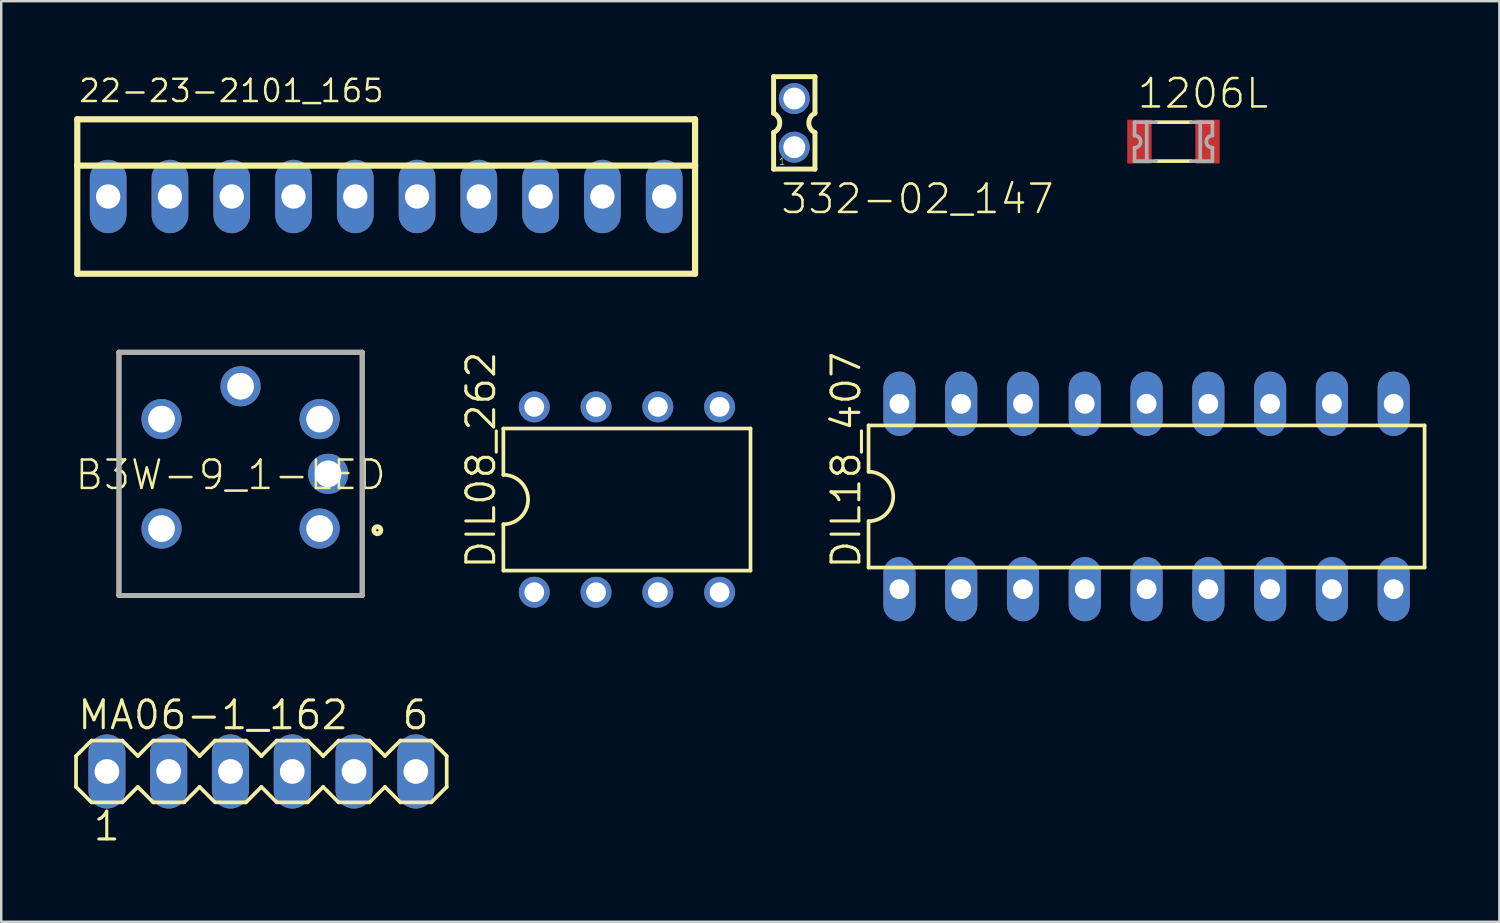
<source format=kicad_pcb>
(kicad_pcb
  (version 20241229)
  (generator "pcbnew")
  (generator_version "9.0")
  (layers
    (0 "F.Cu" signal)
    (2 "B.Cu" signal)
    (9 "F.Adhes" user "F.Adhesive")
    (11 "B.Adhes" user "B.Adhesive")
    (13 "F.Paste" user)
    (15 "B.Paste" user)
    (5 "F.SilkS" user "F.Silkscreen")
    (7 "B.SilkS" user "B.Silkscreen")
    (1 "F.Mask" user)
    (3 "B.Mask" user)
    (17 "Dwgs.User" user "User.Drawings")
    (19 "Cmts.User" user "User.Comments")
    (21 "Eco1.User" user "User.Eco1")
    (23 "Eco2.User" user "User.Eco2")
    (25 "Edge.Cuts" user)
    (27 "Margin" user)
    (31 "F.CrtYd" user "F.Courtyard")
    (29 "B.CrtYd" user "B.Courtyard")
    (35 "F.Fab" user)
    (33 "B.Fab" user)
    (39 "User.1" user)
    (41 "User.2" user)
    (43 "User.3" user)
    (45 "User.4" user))
  (footprint "1206L"
    (layer "F.Cu")
    (at 45.196 2.773)
    (property "Reference" "1206L" (at -1.55 -1.3 0) (unlocked yes) (layer "F.SilkS") (effects (font (size 1.168 1.168) (thickness 0.102)) (justify left bottom)))
    (fp_line (start -0.72 -0.8) (end 0.72 -0.8) (stroke (width 0.152) (type solid)) (layer "F.SilkS"))
    (fp_line (start -0.72 0.8) (end 0.72 0.8) (stroke (width 0.152) (type solid)) (layer "F.SilkS"))
    (fp_line (start -1.6 -0.8) (end -1.6 -0.25) (stroke (width 0.152) (type solid)) (layer "F.Fab"))
    (fp_line (start -1.6 -0.8) (end -1.1 -0.8) (stroke (width 0.152) (type solid)) (layer "F.Fab"))
    (fp_line (start -1.6 0.25) (end -1.6 0.8) (stroke (width 0.152) (type solid)) (layer "F.Fab"))
    (fp_line (start -1.6 0.8) (end -1.1 0.8) (stroke (width 0.152) (type solid)) (layer "F.Fab"))
    (fp_line (start -1.1 -0.8) (end -1.1 0.8) (stroke (width 0.152) (type solid)) (layer "F.Fab"))
    (fp_line (start -1.1 -0.8) (end -0.72 -0.8) (stroke (width 0.152) (type solid)) (layer "F.Fab"))
    (fp_line (start -1.1 0.8) (end -0.72 0.8) (stroke (width 0.152) (type solid)) (layer "F.Fab"))
    (fp_line (start 1.1 -0.8) (end 0.72 -0.8) (stroke (width 0.152) (type solid)) (layer "F.Fab"))
    (fp_line (start 1.1 -0.8) (end 1.1 0.8) (stroke (width 0.152) (type solid)) (layer "F.Fab"))
    (fp_line (start 1.1 0.8) (end 0.72 0.8) (stroke (width 0.152) (type solid)) (layer "F.Fab"))
    (fp_line (start 1.6 -0.8) (end 1.1 -0.8) (stroke (width 0.152) (type solid)) (layer "F.Fab"))
    (fp_line (start 1.6 -0.8) (end 1.6 -0.25) (stroke (width 0.152) (type solid)) (layer "F.Fab"))
    (fp_line (start 1.6 0.25) (end 1.6 0.8) (stroke (width 0.152) (type solid)) (layer "F.Fab"))
    (fp_line (start 1.6 0.8) (end 1.1 0.8) (stroke (width 0.152) (type solid)) (layer "F.Fab"))
    (fp_arc (start -1.6 -0.25) (mid -1.35 0) (end -1.6 0.25) (stroke (width 0.1524) (type solid)) (layer "F.Fab"))
    (fp_arc (start 1.6 0.25) (mid 1.35 0) (end 1.6 -0.25) (stroke (width 0.1524) (type solid)) (layer "F.Fab"))
    (pad "1" smd rect (at -1.4 0) (size 1 1.8) (layers "F.Cu" "F.Mask" "F.Paste"))
    (pad "2" smd rect (at 1.4 0) (size 1 1.8) (layers "F.Cu" "F.Mask" "F.Paste")))
  (footprint "B3W-9_1-LED"
    (layer "F.Cu")
    (at 6.841 16.431)
    (property "Reference" "B3W-9_1-LED" (at -0.407 0.043 0) (unlocked yes) (layer "F.SilkS") (effects (font (size 1.168 1.168) (thickness 0.102))))
    (fp_line (start -5 -5) (end -5 5) (stroke (width 0.2) (type solid)) (layer "F.SilkS"))
    (fp_line (start -5 5) (end 5 5) (stroke (width 0.2) (type solid)) (layer "F.SilkS"))
    (fp_line (start 5 -5) (end -5 -5) (stroke (width 0.2) (type solid)) (layer "F.SilkS"))
    (fp_line (start 5 5) (end 5 -5) (stroke (width 0.2) (type solid)) (layer "F.SilkS"))
    (fp_circle (center 5.623 2.318) (end 5.668 2.318) (stroke (width 0.2) (type solid)) (fill no) (layer "F.SilkS"))
    (fp_line (start -5 -5) (end 5 -5) (stroke (width 0.2) (type solid)) (layer "F.Fab"))
    (fp_line (start -5 5) (end -5 -5) (stroke (width 0.2) (type solid)) (layer "F.Fab"))
    (fp_line (start 5 -5) (end 5 5) (stroke (width 0.2) (type solid)) (layer "F.Fab"))
    (fp_line (start 5 5) (end -5 5) (stroke (width 0.2) (type solid)) (layer "F.Fab"))
    (pad "1" thru_hole circle (at 3.25 2.25) (size 1.65 1.65) (drill 1.1) (layers "*.Cu" "*.Mask"))
    (pad "2" thru_hole circle (at -3.25 2.25) (size 1.65 1.65) (drill 1.1) (layers "*.Cu" "*.Mask"))
    (pad "3" thru_hole circle (at 3.25 -2.25) (size 1.65 1.65) (drill 1.1) (layers "*.Cu" "*.Mask"))
    (pad "4" thru_hole circle (at -3.25 -2.25) (size 1.65 1.65) (drill 1.1) (layers "*.Cu" "*.Mask"))
    (pad "5" thru_hole circle (at 0 -3.6) (size 1.65 1.65) (drill 1.1) (layers "*.Cu" "*.Mask"))
    (pad "6" thru_hole circle (at 3.6 0) (size 1.65 1.65) (drill 1.1) (layers "*.Cu" "*.Mask")))
  (footprint "MA06-1_162"
    (layer "F.Cu")
    (at 7.696 28.668)
    (property "Reference" "MA06-1_162" (at -7.62 -1.651 0) (unlocked yes) (layer "F.SilkS") (effects (font (size 1.143 1.143) (thickness 0.127)) (justify left bottom)))
    (fp_line (start -7.62 -0.635) (end -7.62 0.635) (stroke (width 0.152) (type solid)) (layer "F.SilkS"))
    (fp_line (start -7.62 0.635) (end -6.985 1.27) (stroke (width 0.152) (type solid)) (layer "F.SilkS"))
    (fp_line (start -6.985 -1.27) (end -7.62 -0.635) (stroke (width 0.152) (type solid)) (layer "F.SilkS"))
    (fp_line (start -6.985 -1.27) (end -5.715 -1.27) (stroke (width 0.152) (type solid)) (layer "F.SilkS"))
    (fp_line (start -5.715 -1.27) (end -5.08 -0.635) (stroke (width 0.152) (type solid)) (layer "F.SilkS"))
    (fp_line (start -5.715 1.27) (end -6.985 1.27) (stroke (width 0.152) (type solid)) (layer "F.SilkS"))
    (fp_line (start -5.08 -0.635) (end -4.445 -1.27) (stroke (width 0.152) (type solid)) (layer "F.SilkS"))
    (fp_line (start -5.08 0.635) (end -5.715 1.27) (stroke (width 0.152) (type solid)) (layer "F.SilkS"))
    (fp_line (start -4.445 -1.27) (end -3.175 -1.27) (stroke (width 0.152) (type solid)) (layer "F.SilkS"))
    (fp_line (start -4.445 1.27) (end -5.08 0.635) (stroke (width 0.152) (type solid)) (layer "F.SilkS"))
    (fp_line (start -3.175 -1.27) (end -2.54 -0.635) (stroke (width 0.152) (type solid)) (layer "F.SilkS"))
    (fp_line (start -3.175 1.27) (end -4.445 1.27) (stroke (width 0.152) (type solid)) (layer "F.SilkS"))
    (fp_line (start -2.54 -0.635) (end -1.905 -1.27) (stroke (width 0.152) (type solid)) (layer "F.SilkS"))
    (fp_line (start -2.54 0.635) (end -3.175 1.27) (stroke (width 0.152) (type solid)) (layer "F.SilkS"))
    (fp_line (start -1.905 -1.27) (end -0.635 -1.27) (stroke (width 0.152) (type solid)) (layer "F.SilkS"))
    (fp_line (start -1.905 1.27) (end -2.54 0.635) (stroke (width 0.152) (type solid)) (layer "F.SilkS"))
    (fp_line (start -0.635 -1.27) (end 0 -0.635) (stroke (width 0.152) (type solid)) (layer "F.SilkS"))
    (fp_line (start -0.635 1.27) (end -1.905 1.27) (stroke (width 0.152) (type solid)) (layer "F.SilkS"))
    (fp_line (start 0 0.635) (end -0.635 1.27) (stroke (width 0.152) (type solid)) (layer "F.SilkS"))
    (fp_line (start 0 0.635) (end 0.635 1.27) (stroke (width 0.152) (type solid)) (layer "F.SilkS"))
    (fp_line (start 0.635 -1.27) (end 0 -0.635) (stroke (width 0.152) (type solid)) (layer "F.SilkS"))
    (fp_line (start 0.635 -1.27) (end 1.905 -1.27) (stroke (width 0.152) (type solid)) (layer "F.SilkS"))
    (fp_line (start 1.905 -1.27) (end 2.54 -0.635) (stroke (width 0.152) (type solid)) (layer "F.SilkS"))
    (fp_line (start 1.905 1.27) (end 0.635 1.27) (stroke (width 0.152) (type solid)) (layer "F.SilkS"))
    (fp_line (start 2.54 -0.635) (end 3.175 -1.27) (stroke (width 0.152) (type solid)) (layer "F.SilkS"))
    (fp_line (start 2.54 0.635) (end 1.905 1.27) (stroke (width 0.152) (type solid)) (layer "F.SilkS"))
    (fp_line (start 3.175 -1.27) (end 4.445 -1.27) (stroke (width 0.152) (type solid)) (layer "F.SilkS"))
    (fp_line (start 3.175 1.27) (end 2.54 0.635) (stroke (width 0.152) (type solid)) (layer "F.SilkS"))
    (fp_line (start 4.445 -1.27) (end 5.08 -0.635) (stroke (width 0.152) (type solid)) (layer "F.SilkS"))
    (fp_line (start 4.445 1.27) (end 3.175 1.27) (stroke (width 0.152) (type solid)) (layer "F.SilkS"))
    (fp_line (start 5.08 -0.635) (end 5.715 -1.27) (stroke (width 0.152) (type solid)) (layer "F.SilkS"))
    (fp_line (start 5.08 0.635) (end 4.445 1.27) (stroke (width 0.152) (type solid)) (layer "F.SilkS"))
    (fp_line (start 5.715 -1.27) (end 6.985 -1.27) (stroke (width 0.152) (type solid)) (layer "F.SilkS"))
    (fp_line (start 5.715 1.27) (end 5.08 0.635) (stroke (width 0.152) (type solid)) (layer "F.SilkS"))
    (fp_line (start 6.985 -1.27) (end 7.62 -0.635) (stroke (width 0.152) (type solid)) (layer "F.SilkS"))
    (fp_line (start 6.985 1.27) (end 5.715 1.27) (stroke (width 0.152) (type solid)) (layer "F.SilkS"))
    (fp_line (start 7.62 -0.635) (end 7.62 0.635) (stroke (width 0.152) (type solid)) (layer "F.SilkS"))
    (fp_line (start 7.62 0.635) (end 6.985 1.27) (stroke (width 0.152) (type solid)) (layer "F.SilkS"))
    (fp_poly (pts (xy -6.604 0.254) (xy -6.096 0.254) (xy -6.096 -0.254) (xy -6.604 -0.254)) (stroke (width 0.1) (type default)) (fill no) (layer "F.Fab"))
    (fp_poly (pts (xy -4.064 0.254) (xy -3.556 0.254) (xy -3.556 -0.254) (xy -4.064 -0.254)) (stroke (width 0.1) (type default)) (fill no) (layer "F.Fab"))
    (fp_poly (pts (xy -1.524 0.254) (xy -1.016 0.254) (xy -1.016 -0.254) (xy -1.524 -0.254)) (stroke (width 0.1) (type default)) (fill no) (layer "F.Fab"))
    (fp_poly (pts (xy 1.016 0.254) (xy 1.524 0.254) (xy 1.524 -0.254) (xy 1.016 -0.254)) (stroke (width 0.1) (type default)) (fill no) (layer "F.Fab"))
    (fp_poly (pts (xy 3.556 0.254) (xy 4.064 0.254) (xy 4.064 -0.254) (xy 3.556 -0.254)) (stroke (width 0.1) (type default)) (fill no) (layer "F.Fab"))
    (fp_poly (pts (xy 6.096 0.254) (xy 6.604 0.254) (xy 6.604 -0.254) (xy 6.096 -0.254)) (stroke (width 0.1) (type default)) (fill no) (layer "F.Fab"))
    (fp_text user "1" (at -6.985 2.921 0) (unlocked yes) (layer "F.SilkS") (effects (font (size 1.143 1.143) (thickness 0.127)) (justify left bottom)))
    (fp_text user "6" (at 5.715 -1.651 0) (unlocked yes) (layer "F.SilkS") (effects (font (size 1.143 1.143) (thickness 0.127)) (justify left bottom)))
    (pad "1" thru_hole oval (at -6.35 0 90) (size 3.048 1.524) (drill 1.016) (layers "*.Cu" "*.Mask"))
    (pad "2" thru_hole oval (at -3.81 0 90) (size 3.048 1.524) (drill 1.016) (layers "*.Cu" "*.Mask"))
    (pad "3" thru_hole oval (at -1.27 0 90) (size 3.048 1.524) (drill 1.016) (layers "*.Cu" "*.Mask"))
    (pad "4" thru_hole oval (at 1.27 0 90) (size 3.048 1.524) (drill 1.016) (layers "*.Cu" "*.Mask"))
    (pad "5" thru_hole oval (at 3.81 0 90) (size 3.048 1.524) (drill 1.016) (layers "*.Cu" "*.Mask"))
    (pad "6" thru_hole oval (at 6.35 0 90) (size 3.048 1.524) (drill 1.016) (layers "*.Cu" "*.Mask")))
  (footprint "332-02_147"
    (layer "F.Cu")
    (at 29.606 2.002)
    (property "Reference" "332-02_147" (at -0.62 3.81 0) (unlocked yes) (layer "F.SilkS") (effects (font (size 1.168 1.168) (thickness 0.102)) (justify left bottom)))
    (fp_line (start -0.85 -1.9) (end -0.85 -0.4) (stroke (width 0.203) (type solid)) (layer "F.SilkS"))
    (fp_line (start -0.85 0.4) (end -0.85 1.9) (stroke (width 0.203) (type solid)) (layer "F.SilkS"))
    (fp_line (start -0.85 1.9) (end 0.85 1.9) (stroke (width 0.203) (type solid)) (layer "F.SilkS"))
    (fp_line (start 0.85 -1.9) (end -0.85 -1.9) (stroke (width 0.203) (type solid)) (layer "F.SilkS"))
    (fp_line (start 0.85 -0.4) (end 0.85 -1.9) (stroke (width 0.203) (type solid)) (layer "F.SilkS"))
    (fp_line (start 0.85 1.9) (end 0.85 0.4) (stroke (width 0.203) (type solid)) (layer "F.SilkS"))
    (fp_arc (start -0.85 -0.4) (mid -0.597167 0) (end -0.85 0.4) (stroke (width 0.2032) (type solid)) (layer "F.SilkS"))
    (fp_arc (start 0.85 0.4) (mid 0.597167 0) (end 0.85 -0.4) (stroke (width 0.2032) (type solid)) (layer "F.SilkS"))
    (fp_poly (pts (xy -0.25 -0.75) (xy 0.25 -0.75) (xy 0.25 -1.25) (xy -0.25 -1.25)) (stroke (width 0.1) (type default)) (fill no) (layer "F.Fab"))
    (fp_poly (pts (xy -0.25 1.25) (xy 0.25 1.25) (xy 0.25 0.75) (xy -0.25 0.75)) (stroke (width 0.1) (type default)) (fill no) (layer "F.Fab"))
    (fp_text user "1" (at -0.65 1.75 0) (unlocked yes) (layer "F.SilkS") (effects (font (size 0.28 0.28) (thickness 0.024)) (justify left bottom)))
    (pad "1" thru_hole circle (at 0 1) (size 1.27 1.27) (drill 0.9) (layers "*.Cu" "*.Mask"))
    (pad "2" thru_hole circle (at 0 -1) (size 1.27 1.27) (drill 0.9) (layers "*.Cu" "*.Mask")))
  (footprint "22-23-2101_165"
    (layer "F.Cu")
    (at 12.827 5.029)
    (property "Reference" "22-23-2101_165" (at -12.7 -3.81 0) (unlocked yes) (layer "F.SilkS") (effects (font (size 0.914 0.914) (thickness 0.102)) (justify left bottom)))
    (fp_line (start -12.7 -3.175) (end 12.7 -3.175) (stroke (width 0.254) (type solid)) (layer "F.SilkS"))
    (fp_line (start -12.7 -1.27) (end -12.7 -3.175) (stroke (width 0.254) (type solid)) (layer "F.SilkS"))
    (fp_line (start -12.7 -1.27) (end 12.7 -1.27) (stroke (width 0.254) (type solid)) (layer "F.SilkS"))
    (fp_line (start -12.7 3.175) (end -12.7 -1.27) (stroke (width 0.254) (type solid)) (layer "F.SilkS"))
    (fp_line (start 12.7 -3.175) (end 12.7 -1.27) (stroke (width 0.254) (type solid)) (layer "F.SilkS"))
    (fp_line (start 12.7 -1.27) (end 12.7 3.175) (stroke (width 0.254) (type solid)) (layer "F.SilkS"))
    (fp_line (start 12.7 3.175) (end -12.7 3.175) (stroke (width 0.254) (type solid)) (layer "F.SilkS"))
    (pad "1" thru_hole oval (at -11.43 0 90) (size 3.016 1.508) (drill 1) (layers "*.Cu" "*.Mask"))
    (pad "2" thru_hole oval (at -8.89 0 90) (size 3.016 1.508) (drill 1) (layers "*.Cu" "*.Mask"))
    (pad "3" thru_hole oval (at -6.35 0 90) (size 3.016 1.508) (drill 1) (layers "*.Cu" "*.Mask"))
    (pad "4" thru_hole oval (at -3.81 0 90) (size 3.016 1.508) (drill 1) (layers "*.Cu" "*.Mask"))
    (pad "5" thru_hole oval (at -1.27 0 90) (size 3.016 1.508) (drill 1) (layers "*.Cu" "*.Mask"))
    (pad "6" thru_hole oval (at 1.27 0 90) (size 3.016 1.508) (drill 1) (layers "*.Cu" "*.Mask"))
    (pad "7" thru_hole oval (at 3.81 0 90) (size 3.016 1.508) (drill 1) (layers "*.Cu" "*.Mask"))
    (pad "8" thru_hole oval (at 6.35 0 90) (size 3.016 1.508) (drill 1) (layers "*.Cu" "*.Mask"))
    (pad "9" thru_hole oval (at 8.89 0 90) (size 3.016 1.508) (drill 1) (layers "*.Cu" "*.Mask"))
    (pad "10" thru_hole oval (at 11.43 0 90) (size 3.016 1.508) (drill 1) (layers "*.Cu" "*.Mask")))
  (footprint "DIL08_262"
    (layer "F.Cu")
    (at 22.726 17.489)
    (property "Reference" "DIL08_262" (at -5.334 2.921 90) (unlocked yes) (layer "F.SilkS") (effects (font (size 1.143 1.143) (thickness 0.127)) (justify left bottom)))
    (fp_line (start -5.08 -2.921) (end -5.08 -1.016) (stroke (width 0.152) (type solid)) (layer "F.SilkS"))
    (fp_line (start -5.08 2.921) (end -5.08 1.016) (stroke (width 0.152) (type solid)) (layer "F.SilkS"))
    (fp_line (start -5.08 2.921) (end 5.08 2.921) (stroke (width 0.152) (type solid)) (layer "F.SilkS"))
    (fp_line (start 5.08 -2.921) (end -5.08 -2.921) (stroke (width 0.152) (type solid)) (layer "F.SilkS"))
    (fp_line (start 5.08 -2.921) (end 5.08 2.921) (stroke (width 0.152) (type solid)) (layer "F.SilkS"))
    (fp_arc (start -5.08 -1.016) (mid -4.064 0) (end -5.08 1.016) (stroke (width 0.1524) (type solid)) (layer "F.SilkS"))
    (pad "1" thru_hole circle (at -3.81 3.81 90) (size 1.27 1.27) (drill 0.813) (layers "*.Cu" "*.Mask"))
    (pad "2" thru_hole circle (at -1.27 3.81 90) (size 1.27 1.27) (drill 0.813) (layers "*.Cu" "*.Mask"))
    (pad "3" thru_hole circle (at 1.27 3.81 90) (size 1.27 1.27) (drill 0.813) (layers "*.Cu" "*.Mask"))
    (pad "4" thru_hole circle (at 3.81 3.81 90) (size 1.27 1.27) (drill 0.813) (layers "*.Cu" "*.Mask"))
    (pad "5" thru_hole circle (at 3.81 -3.81 90) (size 1.27 1.27) (drill 0.813) (layers "*.Cu" "*.Mask"))
    (pad "6" thru_hole circle (at 1.27 -3.81 90) (size 1.27 1.27) (drill 0.813) (layers "*.Cu" "*.Mask"))
    (pad "7" thru_hole circle (at -1.27 -3.81 90) (size 1.27 1.27) (drill 0.813) (layers "*.Cu" "*.Mask"))
    (pad "8" thru_hole circle (at -3.81 -3.81 90) (size 1.27 1.27) (drill 0.813) (layers "*.Cu" "*.Mask")))
  (footprint "DIL18_407"
    (layer "F.Cu")
    (at 44.09 17.362)
    (property "Reference" "DIL18_407" (at -11.684 3.048 90) (unlocked yes) (layer "F.SilkS") (effects (font (size 1.143 1.143) (thickness 0.127)) (justify left bottom)))
    (fp_line (start -11.43 -2.921) (end -11.43 -1.016) (stroke (width 0.152) (type solid)) (layer "F.SilkS"))
    (fp_line (start -11.43 2.921) (end -11.43 1.016) (stroke (width 0.152) (type solid)) (layer "F.SilkS"))
    (fp_line (start -11.43 2.921) (end 11.43 2.921) (stroke (width 0.152) (type solid)) (layer "F.SilkS"))
    (fp_line (start 11.43 -2.921) (end -11.43 -2.921) (stroke (width 0.152) (type solid)) (layer "F.SilkS"))
    (fp_line (start 11.43 -2.921) (end 11.43 2.921) (stroke (width 0.152) (type solid)) (layer "F.SilkS"))
    (fp_arc (start -11.43 -1.016) (mid -10.414 0) (end -11.43 1.016) (stroke (width 0.1524) (type solid)) (layer "F.SilkS"))
    (pad "1" thru_hole oval (at -10.16 3.81 90) (size 2.642 1.321) (drill 0.813) (layers "*.Cu" "*.Mask"))
    (pad "2" thru_hole oval (at -7.62 3.81 90) (size 2.642 1.321) (drill 0.813) (layers "*.Cu" "*.Mask"))
    (pad "3" thru_hole oval (at -5.08 3.81 90) (size 2.642 1.321) (drill 0.813) (layers "*.Cu" "*.Mask"))
    (pad "4" thru_hole oval (at -2.54 3.81 90) (size 2.642 1.321) (drill 0.813) (layers "*.Cu" "*.Mask"))
    (pad "5" thru_hole oval (at 0 3.81 90) (size 2.642 1.321) (drill 0.813) (layers "*.Cu" "*.Mask"))
    (pad "6" thru_hole oval (at 2.54 3.81 90) (size 2.642 1.321) (drill 0.813) (layers "*.Cu" "*.Mask"))
    (pad "7" thru_hole oval (at 5.08 3.81 90) (size 2.642 1.321) (drill 0.813) (layers "*.Cu" "*.Mask"))
    (pad "8" thru_hole oval (at 7.62 3.81 90) (size 2.642 1.321) (drill 0.813) (layers "*.Cu" "*.Mask"))
    (pad "9" thru_hole oval (at 10.16 3.81 90) (size 2.642 1.321) (drill 0.813) (layers "*.Cu" "*.Mask"))
    (pad "10" thru_hole oval (at 10.16 -3.81 90) (size 2.642 1.321) (drill 0.813) (layers "*.Cu" "*.Mask"))
    (pad "11" thru_hole oval (at 7.62 -3.81 90) (size 2.642 1.321) (drill 0.813) (layers "*.Cu" "*.Mask"))
    (pad "12" thru_hole oval (at 5.08 -3.81 90) (size 2.642 1.321) (drill 0.813) (layers "*.Cu" "*.Mask"))
    (pad "13" thru_hole oval (at 2.54 -3.81 90) (size 2.642 1.321) (drill 0.813) (layers "*.Cu" "*.Mask"))
    (pad "14" thru_hole oval (at 0 -3.81 90) (size 2.642 1.321) (drill 0.813) (layers "*.Cu" "*.Mask"))
    (pad "15" thru_hole oval (at -2.54 -3.81 90) (size 2.642 1.321) (drill 0.813) (layers "*.Cu" "*.Mask"))
    (pad "16" thru_hole oval (at -5.08 -3.81 90) (size 2.642 1.321) (drill 0.813) (layers "*.Cu" "*.Mask"))
    (pad "17" thru_hole oval (at -7.62 -3.81 90) (size 2.642 1.321) (drill 0.813) (layers "*.Cu" "*.Mask"))
    (pad "18" thru_hole oval (at -10.16 -3.81 90) (size 2.642 1.321) (drill 0.813) (layers "*.Cu" "*.Mask")))
  (gr_rect
    (start -3 -3)
    (end 58.596 34.848)
    (stroke (width 0.1) (type default))
    (fill no)
    (layer "Edge.Cuts")))
</source>
